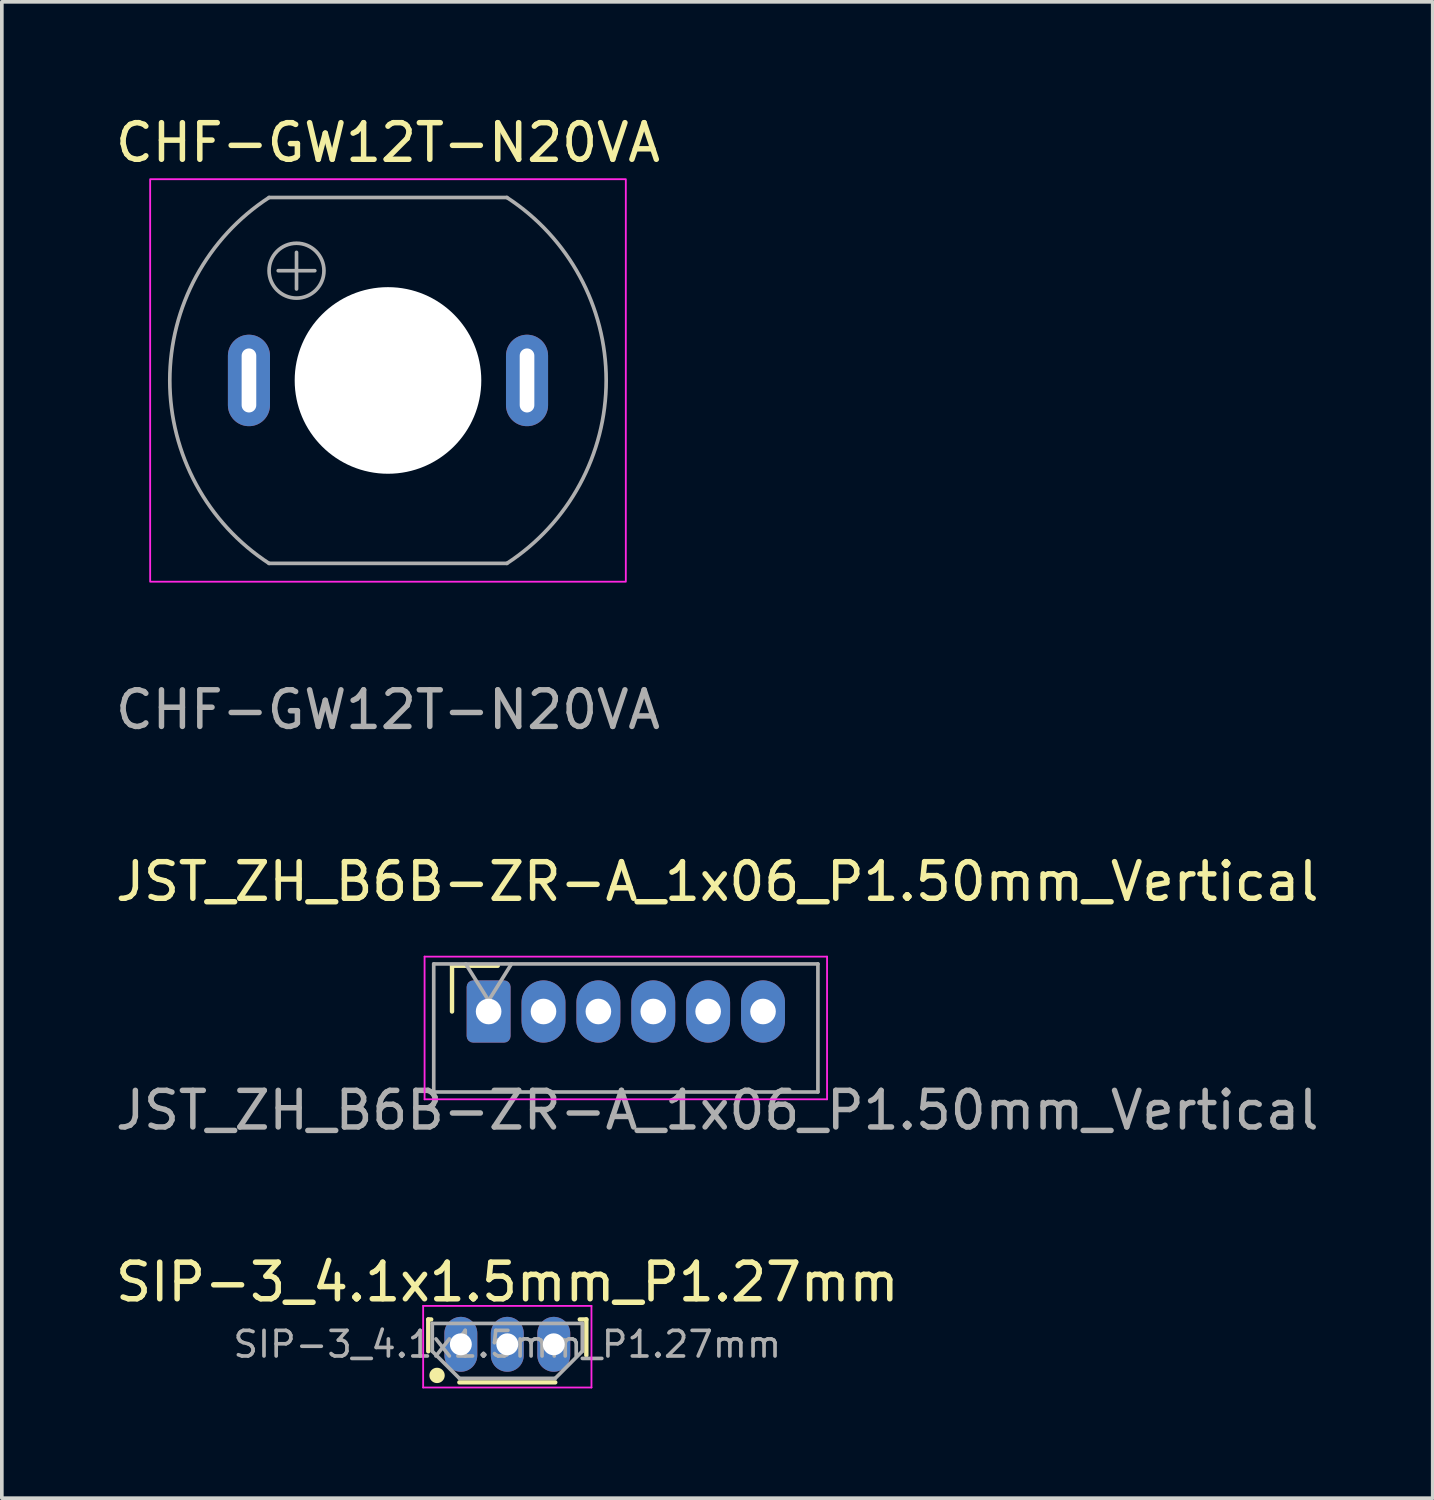
<source format=kicad_pcb>
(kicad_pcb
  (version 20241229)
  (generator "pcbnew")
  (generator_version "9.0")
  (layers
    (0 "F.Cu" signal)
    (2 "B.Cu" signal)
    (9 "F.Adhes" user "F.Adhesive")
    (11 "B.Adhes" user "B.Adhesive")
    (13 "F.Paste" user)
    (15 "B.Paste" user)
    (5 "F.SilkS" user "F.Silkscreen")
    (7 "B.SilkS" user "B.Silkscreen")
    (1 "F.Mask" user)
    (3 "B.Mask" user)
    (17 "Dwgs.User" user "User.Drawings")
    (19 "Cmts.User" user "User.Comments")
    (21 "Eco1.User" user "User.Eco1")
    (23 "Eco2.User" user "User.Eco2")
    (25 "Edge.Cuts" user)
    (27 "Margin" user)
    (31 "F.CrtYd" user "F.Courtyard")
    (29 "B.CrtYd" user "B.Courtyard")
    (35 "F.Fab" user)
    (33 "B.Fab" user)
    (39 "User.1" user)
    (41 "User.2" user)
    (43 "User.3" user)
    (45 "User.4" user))
  (footprint "JST_ZH_B6B-ZR-A_1x06_P1.50mm_Vertical"
    (layer "F.Cu")
    (at 10.304 24.595)
    (property "Reference" "JST_ZH_B6B-ZR-A_1x06_P1.50mm_Vertical" (at 6.25 -3.55 0) (layer "F.SilkS") (effects (font (size 1 1) (thickness 0.15))))
    (attr through_hole)
    (fp_line (start -1 -1.25) (end -1 0) (stroke (width 0.12) (type solid)) (layer "F.SilkS"))
    (fp_line (start 0.25 -1.25) (end -1 -1.25) (stroke (width 0.12) (type solid)) (layer "F.SilkS"))
    (fp_line (start -1.75 -1.5) (end -1.75 2.4) (stroke (width 0.05) (type solid)) (layer "F.CrtYd"))
    (fp_line (start -1.75 2.4) (end 9.25 2.4) (stroke (width 0.05) (type solid)) (layer "F.CrtYd"))
    (fp_line (start 9.25 -1.5) (end -1.75 -1.5) (stroke (width 0.05) (type solid)) (layer "F.CrtYd"))
    (fp_line (start 9.25 2.4) (end 9.25 -1.5) (stroke (width 0.05) (type solid)) (layer "F.CrtYd"))
    (fp_line (start -1.5 -1.3) (end -1.5 2.2) (stroke (width 0.1) (type solid)) (layer "F.Fab"))
    (fp_line (start -1.5 2.2) (end 9 2.2) (stroke (width 0.1) (type solid)) (layer "F.Fab"))
    (fp_line (start -0.625 -1.3) (end 0 -0.3) (stroke (width 0.1) (type solid)) (layer "F.Fab"))
    (fp_line (start 0 -0.3) (end 0.625 -1.3) (stroke (width 0.1) (type solid)) (layer "F.Fab"))
    (fp_line (start 9 -1.3) (end -1.5 -1.3) (stroke (width 0.1) (type solid)) (layer "F.Fab"))
    (fp_line (start 9 -1.3) (end 9 2.2) (stroke (width 0.1) (type solid)) (layer "F.Fab"))
    (fp_text user "${REFERENCE}" (at 6.25 2.7 0) (layer "F.Fab") (effects (font (size 1 1) (thickness 0.15))))
    (pad "1" thru_hole roundrect (at 0 0) (size 1.2 1.7) (drill 0.7) (layers "*.Cu" "*.Mask") (roundrect_rratio 0.147))
    (pad "2" thru_hole oval (at 1.5 0) (size 1.2 1.7) (drill 0.7) (layers "*.Cu" "*.Mask"))
    (pad "3" thru_hole oval (at 3 0) (size 1.2 1.7) (drill 0.7) (layers "*.Cu" "*.Mask"))
    (pad "4" thru_hole oval (at 4.5 0) (size 1.2 1.7) (drill 0.7) (layers "*.Cu" "*.Mask"))
    (pad "5" thru_hole oval (at 6 0) (size 1.2 1.7) (drill 0.7) (layers "*.Cu" "*.Mask"))
    (pad "6" thru_hole oval (at 7.5 0) (size 1.2 1.7) (drill 0.7) (layers "*.Cu" "*.Mask")))
  (footprint "SIP-3_4.1x1.5mm_P1.27mm"
    (layer "F.Cu")
    (at 9.545 33.691)
    (property "Reference" "SIP-3_4.1x1.5mm_P1.27mm" (at 1.27 -1.7 0) (layer "F.SilkS") (effects (font (size 1 1) (thickness 0.15))))
    (attr through_hole)
    (fp_line (start -0.89 -0.68) (end -0.89 0.19) (stroke (width 0.12) (type solid)) (layer "F.SilkS"))
    (fp_line (start -0.81 -0.68) (end -0.89 -0.68) (stroke (width 0.12) (type solid)) (layer "F.SilkS"))
    (fp_line (start -0.04 1.04) (end 2.58 1.04) (stroke (width 0.12) (type solid)) (layer "F.SilkS"))
    (fp_line (start 3.25 -0.68) (end 3.43 -0.68) (stroke (width 0.12) (type solid)) (layer "F.SilkS"))
    (fp_line (start 3.43 -0.68) (end 3.43 0.3) (stroke (width 0.12) (type solid)) (layer "F.SilkS"))
    (fp_circle (center -0.65 0.85) (end -0.5 0.85) (stroke (width 0.12) (type solid)) (fill yes) (layer "F.SilkS"))
    (fp_line (start -1.03 -1.05) (end -1.03 1.18) (stroke (width 0.05) (type solid)) (layer "F.CrtYd"))
    (fp_line (start -1.03 1.18) (end 3.57 1.18) (stroke (width 0.05) (type solid)) (layer "F.CrtYd"))
    (fp_line (start 3.57 -1.05) (end -1.03 -1.05) (stroke (width 0.05) (type solid)) (layer "F.CrtYd"))
    (fp_line (start 3.57 -1.05) (end 3.57 1.18) (stroke (width 0.05) (type solid)) (layer "F.CrtYd"))
    (fp_line (start -0.78 -0.57) (end -0.78 0.19) (stroke (width 0.1) (type solid)) (layer "F.Fab"))
    (fp_line (start -0.78 -0.57) (end 3.32 -0.57) (stroke (width 0.1) (type solid)) (layer "F.Fab"))
    (fp_line (start -0.78 0.19) (end -0.04 0.93) (stroke (width 0.1) (type solid)) (layer "F.Fab"))
    (fp_line (start -0.04 0.93) (end 2.58 0.93) (stroke (width 0.1) (type solid)) (layer "F.Fab"))
    (fp_line (start 3.32 -0.57) (end 3.32 0.19) (stroke (width 0.1) (type solid)) (layer "F.Fab"))
    (fp_line (start 3.32 0.19) (end 2.58 0.93) (stroke (width 0.1) (type solid)) (layer "F.Fab"))
    (fp_text user "${REFERENCE}" (at 1.27 0 0) (layer "F.Fab") (effects (font (size 0.7 0.7) (thickness 0.1))))
    (pad "1" thru_hole oval (at 0 0) (size 0.9 1.5) (drill 0.6) (layers "*.Cu" "*.Mask"))
    (pad "2" thru_hole oval (at 1.27 0) (size 0.9 1.5) (drill 0.6) (layers "*.Cu" "*.Mask"))
    (pad "3" thru_hole oval (at 2.54 0) (size 0.9 1.5) (drill 0.6) (layers "*.Cu" "*.Mask")))
  (footprint "CHF-GW12T-N20VA"
    (layer "F.Cu")
    (at 7.554 7.348)
    (property "Reference" "CHF-GW12T-N20VA" (at 0 -6.5 0) (unlocked yes) (layer "F.SilkS") (effects (font (size 1 1) (thickness 0.15))))
    (attr through_hole)
    (fp_rect (start -6.5 -5.5) (end 6.5 5.5) (stroke (width 0.05) (type default)) (fill no) (layer "F.CrtYd"))
    (fp_line (start -3.25 -5) (end 3.25 -5) (stroke (width 0.1) (type default)) (layer "F.Fab"))
    (fp_line (start -3.25 5) (end 3.25 5) (stroke (width 0.1) (type default)) (layer "F.Fab"))
    (fp_line (start -3 -3) (end -2 -3) (stroke (width 0.1) (type default)) (layer "F.Fab"))
    (fp_line (start -2.5 -3.5) (end -2.5 -2.5) (stroke (width 0.1) (type default)) (layer "F.Fab"))
    (fp_arc (start -3.25 5) (mid -5.96343 0) (end -3.25 -5) (stroke (width 0.1) (type default)) (layer "F.Fab"))
    (fp_arc (start 3.25 -5) (mid 5.96343 0) (end 3.25 5) (stroke (width 0.1) (type default)) (layer "F.Fab"))
    (fp_circle (center -2.5 -3) (end -1.75 -3) (stroke (width 0.1) (type default)) (fill no) (layer "F.Fab"))
    (fp_text user "${REFERENCE}" (at 0 9 0) (unlocked yes) (layer "F.Fab") (effects (font (size 1 1) (thickness 0.15))))
    (pad "" np_thru_hole circle (at 0 0) (size 5.1 5.1) (drill 5.1) (layers "*.Cu" "*.Mask"))
    (pad "1" thru_hole oval (at -3.8 0) (size 1.15 2.5) (drill oval 0.4 1.75) (layers "*.Cu" "*.Mask"))
    (pad "2" thru_hole oval (at 3.8 0) (size 1.15 2.5) (drill oval 0.4 1.75) (layers "*.Cu" "*.Mask")))
  (gr_rect
    (start -3 -3)
    (end 36.107 37.896)
    (stroke (width 0.1) (type default))
    (fill no)
    (layer "Edge.Cuts")))
</source>
